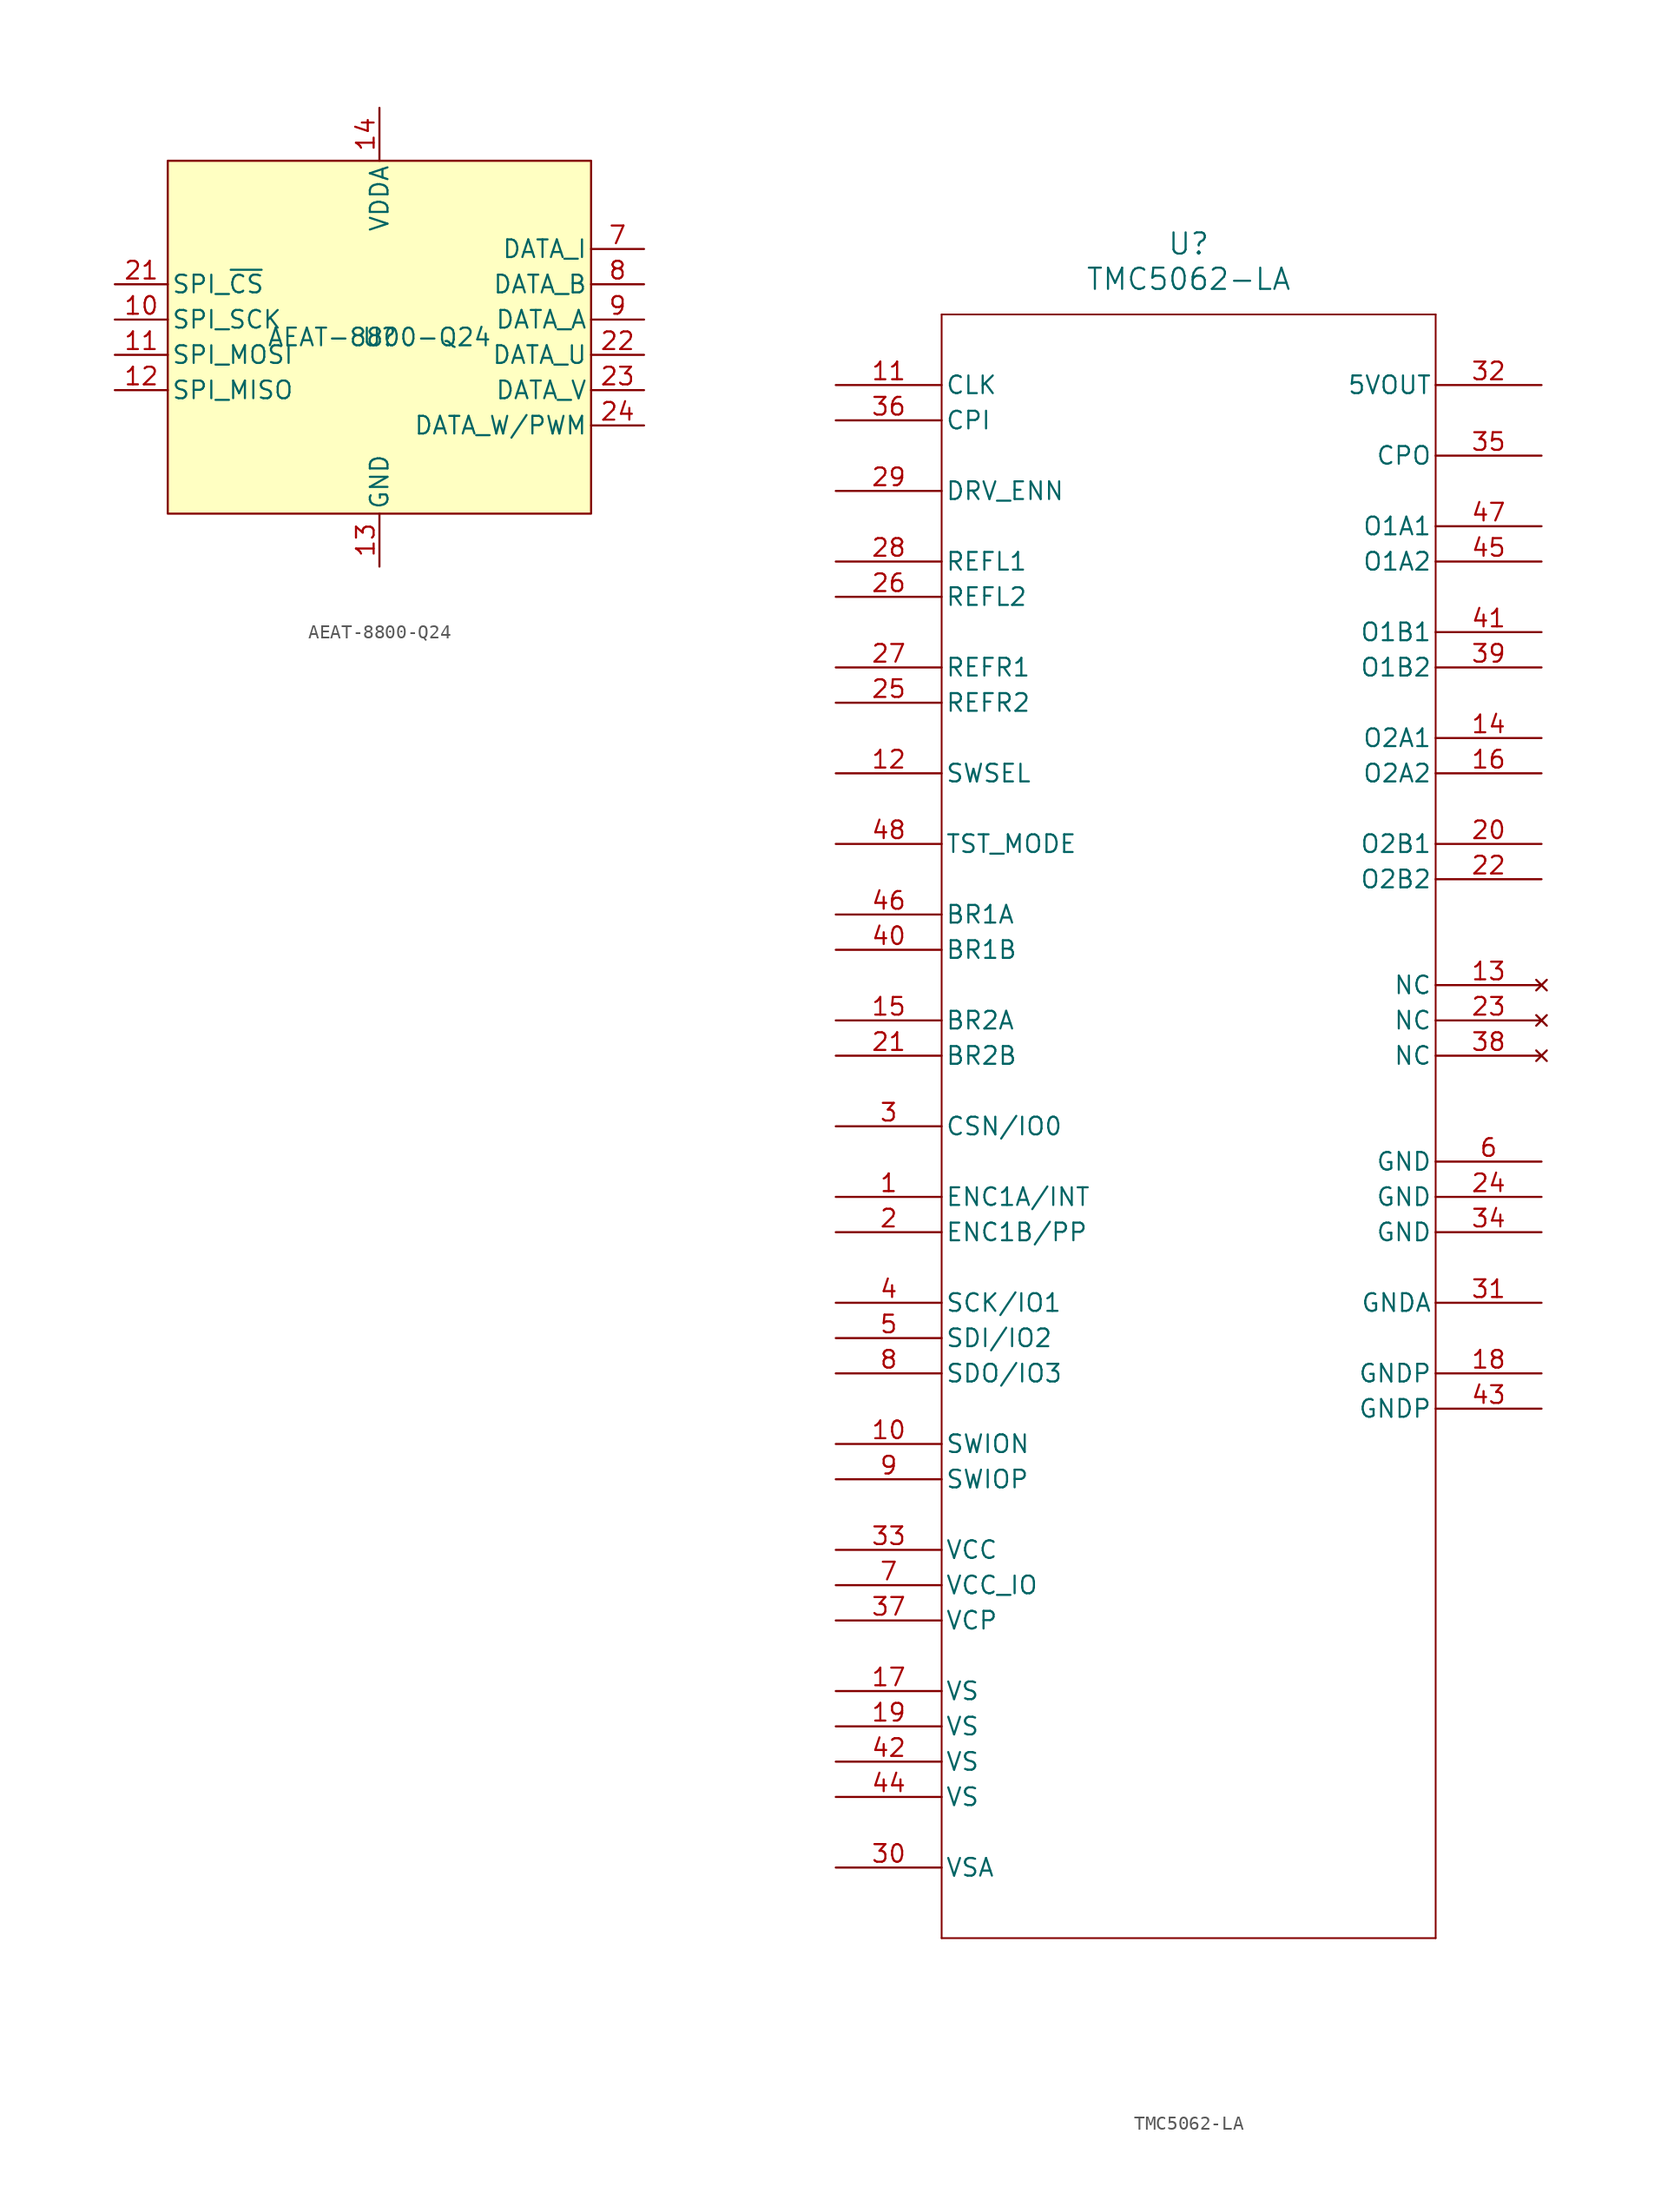
<source format=kicad_sym>
(kicad_symbol_lib
  (version 20220914)
  (generator kicad_symbol_editor)
  (symbol "AEAT-8800-Q24"
    (pin_names
      (offset 0.254))
    (property "Reference" "U"
      (at 0 0 0)
      (effects (font (size 1.27 1.27))))
    (property "Value" "AEAT-8800-Q24"
      (at 0 0 0)
      (effects (font (size 1.27 1.27))))
    (symbol "AEAT-8800-Q24_0_1"
      (pin no_connect line (at -6.35 -16.51 90) (length 3.81) hide (name "NC" (effects (font (size 1.27 1.27)))) (number "1" (effects (font (size 1.27 1.27)))))
      (pin no_connect line (at -6.35 -16.51 90) (length 3.81) hide (name "NC" (effects (font (size 1.27 1.27)))) (number "15" (effects (font (size 1.27 1.27)))))
      (pin no_connect line (at -6.35 -16.51 90) (length 3.81) hide (name "NC" (effects (font (size 1.27 1.27)))) (number "16" (effects (font (size 1.27 1.27)))))
      (pin no_connect line (at -6.35 -16.51 90) (length 3.81) hide (name "NC" (effects (font (size 1.27 1.27)))) (number "17" (effects (font (size 1.27 1.27)))))
      (pin no_connect line (at -6.35 -16.51 90) (length 3.81) hide (name "NC" (effects (font (size 1.27 1.27)))) (number "18" (effects (font (size 1.27 1.27)))))
      (pin power_in line (at 0 16.51 270) (length 3.81) hide (name "VDDA" (effects (font (size 1.27 1.27)))) (number "19" (effects (font (size 1.27 1.27)))))
      (pin no_connect line (at -6.35 -16.51 90) (length 3.81) hide (name "NC" (effects (font (size 1.27 1.27)))) (number "2" (effects (font (size 1.27 1.27)))))
      (pin power_out line (at 0 -16.51 90) (length 3.81) hide (name "GND" (effects (font (size 1.27 1.27)))) (number "20" (effects (font (size 1.27 1.27)))))
      (pin output line (at 19.05 -1.27 180) (length 3.81) (name "DATA_U" (effects (font (size 1.27 1.27)))) (number "22" (effects (font (size 1.27 1.27)))))
      (pin output line (at 19.05 -3.81 180) (length 3.81) (name "DATA_V" (effects (font (size 1.27 1.27)))) (number "23" (effects (font (size 1.27 1.27)))))
      (pin output line (at 19.05 -6.35 180) (length 3.81) (name "DATA_W/PWM" (effects (font (size 1.27 1.27)))) (number "24" (effects (font (size 1.27 1.27)))))
      (pin power_out line (at 0 -16.51 90) (length 3.81) hide (name "GND" (effects (font (size 1.27 1.27)))) (number "25" (effects (font (size 1.27 1.27)))))
      (pin no_connect line (at -6.35 -16.51 90) (length 3.81) hide (name "NC" (effects (font (size 1.27 1.27)))) (number "3" (effects (font (size 1.27 1.27)))))
      (pin no_connect line (at -6.35 -16.51 90) (length 3.81) hide (name "NC" (effects (font (size 1.27 1.27)))) (number "4" (effects (font (size 1.27 1.27)))))
      (pin no_connect line (at -6.35 -16.51 90) (length 3.81) hide (name "NC" (effects (font (size 1.27 1.27)))) (number "5" (effects (font (size 1.27 1.27)))))
      (pin no_connect line (at -6.35 -16.51 90) (length 3.81) hide (name "NC" (effects (font (size 1.27 1.27)))) (number "6" (effects (font (size 1.27 1.27)))))
      (pin output line (at 19.05 6.35 180) (length 3.81) (name "DATA_I" (effects (font (size 1.27 1.27)))) (number "7" (effects (font (size 1.27 1.27)))))
      (pin output line (at 19.05 3.81 180) (length 3.81) (name "DATA_B" (effects (font (size 1.27 1.27)))) (number "8" (effects (font (size 1.27 1.27)))))
      (pin output line (at 19.05 1.27 180) (length 3.81) (name "DATA_A" (effects (font (size 1.27 1.27)))) (number "9" (effects (font (size 1.27 1.27))))))
    (symbol "AEAT-8800-Q24_1_1"
      (rectangle (start -15.24 12.7) (end 15.24 -12.7) (stroke (width 0) (type default)) (fill (type background)))
      (pin input line (at -19.05 1.27 0) (length 3.81) (name "SPI_SCK" (effects (font (size 1.27 1.27)))) (number "10" (effects (font (size 1.27 1.27)))))
      (pin input line (at -19.05 -1.27 0) (length 3.81) (name "SPI_MOSI" (effects (font (size 1.27 1.27)))) (number "11" (effects (font (size 1.27 1.27)))))
      (pin output line (at -19.05 -3.81 0) (length 3.81) (name "SPI_MISO" (effects (font (size 1.27 1.27)))) (number "12" (effects (font (size 1.27 1.27)))))
      (pin power_out line (at 0 -16.51 90) (length 3.81) (name "GND" (effects (font (size 1.27 1.27)))) (number "13" (effects (font (size 1.27 1.27)))))
      (pin power_in line (at 0 16.51 270) (length 3.81) (name "VDDA" (effects (font (size 1.27 1.27)))) (number "14" (effects (font (size 1.27 1.27)))))
      (pin input line (at -19.05 3.81 0) (length 3.81) (name "SPI_~{CS}" (effects (font (size 1.27 1.27)))) (number "21" (effects (font (size 1.27 1.27)))))))
  (symbol "TMC5062-LA"
    (pin_names
      (offset 0.254))
    (property "Reference" "U"
      (at 25.4 10.16 0)
      (effects (font (size 1.524 1.524))))
    (property "Value" "TMC5062-LA"
      (at 25.4 7.62 0)
      (effects (font (size 1.524 1.524))))
    (property "ki_locked" ""
      (at 0 0 0)
      (effects (font (size 1.27 1.27))))
    (symbol "TMC5062-LA_0_1"
      (polyline (pts (xy 7.62 -111.76) (xy 43.18 -111.76)) (stroke (width 0.127) (type default)) (fill (type none)))
      (polyline (pts (xy 7.62 5.08) (xy 7.62 -111.76)) (stroke (width 0.127) (type default)) (fill (type none)))
      (polyline (pts (xy 43.18 -111.76) (xy 43.18 5.08)) (stroke (width 0.127) (type default)) (fill (type none)))
      (polyline (pts (xy 43.18 5.08) (xy 7.62 5.08)) (stroke (width 0.127) (type default)) (fill (type none)))
      (pin bidirectional line (at 0 -58.42 0) (length 7.62) (name "ENC1A/INT" (effects (font (size 1.27 1.27)))) (number "1" (effects (font (size 1.27 1.27)))))
      (pin bidirectional line (at 0 -76.2 0) (length 7.62) (name "SWION" (effects (font (size 1.27 1.27)))) (number "10" (effects (font (size 1.27 1.27)))))
      (pin input line (at 0 0 0) (length 7.62) (name "CLK" (effects (font (size 1.27 1.27)))) (number "11" (effects (font (size 1.27 1.27)))))
      (pin input line (at 0 -27.94 0) (length 7.62) (name "SWSEL" (effects (font (size 1.27 1.27)))) (number "12" (effects (font (size 1.27 1.27)))))
      (pin no_connect line (at 50.8 -43.18 180) (length 7.62) (name "NC" (effects (font (size 1.27 1.27)))) (number "13" (effects (font (size 1.27 1.27)))))
      (pin output line (at 50.8 -25.4 180) (length 7.62) (name "O2A1" (effects (font (size 1.27 1.27)))) (number "14" (effects (font (size 1.27 1.27)))))
      (pin unspecified line (at 0 -45.72 0) (length 7.62) (name "BR2A" (effects (font (size 1.27 1.27)))) (number "15" (effects (font (size 1.27 1.27)))))
      (pin output line (at 50.8 -27.94 180) (length 7.62) (name "O2A2" (effects (font (size 1.27 1.27)))) (number "16" (effects (font (size 1.27 1.27)))))
      (pin power_in line (at 0 -93.98 0) (length 7.62) (name "VS" (effects (font (size 1.27 1.27)))) (number "17" (effects (font (size 1.27 1.27)))))
      (pin power_in line (at 50.8 -71.12 180) (length 7.62) (name "GNDP" (effects (font (size 1.27 1.27)))) (number "18" (effects (font (size 1.27 1.27)))))
      (pin power_in line (at 0 -96.52 0) (length 7.62) (name "VS" (effects (font (size 1.27 1.27)))) (number "19" (effects (font (size 1.27 1.27)))))
      (pin bidirectional line (at 0 -60.96 0) (length 7.62) (name "ENC1B/PP" (effects (font (size 1.27 1.27)))) (number "2" (effects (font (size 1.27 1.27)))))
      (pin output line (at 50.8 -33.02 180) (length 7.62) (name "O2B1" (effects (font (size 1.27 1.27)))) (number "20" (effects (font (size 1.27 1.27)))))
      (pin unspecified line (at 0 -48.26 0) (length 7.62) (name "BR2B" (effects (font (size 1.27 1.27)))) (number "21" (effects (font (size 1.27 1.27)))))
      (pin output line (at 50.8 -35.56 180) (length 7.62) (name "O2B2" (effects (font (size 1.27 1.27)))) (number "22" (effects (font (size 1.27 1.27)))))
      (pin no_connect line (at 50.8 -45.72 180) (length 7.62) (name "NC" (effects (font (size 1.27 1.27)))) (number "23" (effects (font (size 1.27 1.27)))))
      (pin power_in line (at 50.8 -58.42 180) (length 7.62) (name "GND" (effects (font (size 1.27 1.27)))) (number "24" (effects (font (size 1.27 1.27)))))
      (pin input line (at 0 -22.86 0) (length 7.62) (name "REFR2" (effects (font (size 1.27 1.27)))) (number "25" (effects (font (size 1.27 1.27)))))
      (pin input line (at 0 -15.24 0) (length 7.62) (name "REFL2" (effects (font (size 1.27 1.27)))) (number "26" (effects (font (size 1.27 1.27)))))
      (pin input line (at 0 -20.32 0) (length 7.62) (name "REFR1" (effects (font (size 1.27 1.27)))) (number "27" (effects (font (size 1.27 1.27)))))
      (pin input line (at 0 -12.7 0) (length 7.62) (name "REFL1" (effects (font (size 1.27 1.27)))) (number "28" (effects (font (size 1.27 1.27)))))
      (pin input line (at 0 -7.62 0) (length 7.62) (name "DRV_ENN" (effects (font (size 1.27 1.27)))) (number "29" (effects (font (size 1.27 1.27)))))
      (pin bidirectional line (at 0 -53.34 0) (length 7.62) (name "CSN/IO0" (effects (font (size 1.27 1.27)))) (number "3" (effects (font (size 1.27 1.27)))))
      (pin power_in line (at 0 -106.68 0) (length 7.62) (name "VSA" (effects (font (size 1.27 1.27)))) (number "30" (effects (font (size 1.27 1.27)))))
      (pin power_in line (at 50.8 -66.04 180) (length 7.62) (name "GNDA" (effects (font (size 1.27 1.27)))) (number "31" (effects (font (size 1.27 1.27)))))
      (pin output line (at 50.8 0 180) (length 7.62) (name "5VOUT" (effects (font (size 1.27 1.27)))) (number "32" (effects (font (size 1.27 1.27)))))
      (pin power_in line (at 0 -83.82 0) (length 7.62) (name "VCC" (effects (font (size 1.27 1.27)))) (number "33" (effects (font (size 1.27 1.27)))))
      (pin power_in line (at 50.8 -60.96 180) (length 7.62) (name "GND" (effects (font (size 1.27 1.27)))) (number "34" (effects (font (size 1.27 1.27)))))
      (pin output line (at 50.8 -5.08 180) (length 7.62) (name "CPO" (effects (font (size 1.27 1.27)))) (number "35" (effects (font (size 1.27 1.27)))))
      (pin input line (at 0 -2.54 0) (length 7.62) (name "CPI" (effects (font (size 1.27 1.27)))) (number "36" (effects (font (size 1.27 1.27)))))
      (pin power_in line (at 0 -88.9 0) (length 7.62) (name "VCP" (effects (font (size 1.27 1.27)))) (number "37" (effects (font (size 1.27 1.27)))))
      (pin no_connect line (at 50.8 -48.26 180) (length 7.62) (name "NC" (effects (font (size 1.27 1.27)))) (number "38" (effects (font (size 1.27 1.27)))))
      (pin output line (at 50.8 -20.32 180) (length 7.62) (name "O1B2" (effects (font (size 1.27 1.27)))) (number "39" (effects (font (size 1.27 1.27)))))
      (pin bidirectional line (at 0 -66.04 0) (length 7.62) (name "SCK/IO1" (effects (font (size 1.27 1.27)))) (number "4" (effects (font (size 1.27 1.27)))))
      (pin unspecified line (at 0 -40.64 0) (length 7.62) (name "BR1B" (effects (font (size 1.27 1.27)))) (number "40" (effects (font (size 1.27 1.27)))))
      (pin output line (at 50.8 -17.78 180) (length 7.62) (name "O1B1" (effects (font (size 1.27 1.27)))) (number "41" (effects (font (size 1.27 1.27)))))
      (pin power_in line (at 0 -99.06 0) (length 7.62) (name "VS" (effects (font (size 1.27 1.27)))) (number "42" (effects (font (size 1.27 1.27)))))
      (pin power_in line (at 50.8 -73.66 180) (length 7.62) (name "GNDP" (effects (font (size 1.27 1.27)))) (number "43" (effects (font (size 1.27 1.27)))))
      (pin power_in line (at 0 -101.6 0) (length 7.62) (name "VS" (effects (font (size 1.27 1.27)))) (number "44" (effects (font (size 1.27 1.27)))))
      (pin output line (at 50.8 -12.7 180) (length 7.62) (name "O1A2" (effects (font (size 1.27 1.27)))) (number "45" (effects (font (size 1.27 1.27)))))
      (pin unspecified line (at 0 -38.1 0) (length 7.62) (name "BR1A" (effects (font (size 1.27 1.27)))) (number "46" (effects (font (size 1.27 1.27)))))
      (pin output line (at 50.8 -10.16 180) (length 7.62) (name "O1A1" (effects (font (size 1.27 1.27)))) (number "47" (effects (font (size 1.27 1.27)))))
      (pin input line (at 0 -33.02 0) (length 7.62) (name "TST_MODE" (effects (font (size 1.27 1.27)))) (number "48" (effects (font (size 1.27 1.27)))))
      (pin bidirectional line (at 0 -68.58 0) (length 7.62) (name "SDI/IO2" (effects (font (size 1.27 1.27)))) (number "5" (effects (font (size 1.27 1.27)))))
      (pin power_in line (at 50.8 -55.88 180) (length 7.62) (name "GND" (effects (font (size 1.27 1.27)))) (number "6" (effects (font (size 1.27 1.27)))))
      (pin power_in line (at 0 -86.36 0) (length 7.62) (name "VCC_IO" (effects (font (size 1.27 1.27)))) (number "7" (effects (font (size 1.27 1.27)))))
      (pin bidirectional line (at 0 -71.12 0) (length 7.62) (name "SDO/IO3" (effects (font (size 1.27 1.27)))) (number "8" (effects (font (size 1.27 1.27)))))
      (pin bidirectional line (at 0 -78.74 0) (length 7.62) (name "SWIOP" (effects (font (size 1.27 1.27)))) (number "9" (effects (font (size 1.27 1.27))))))))
</source>
